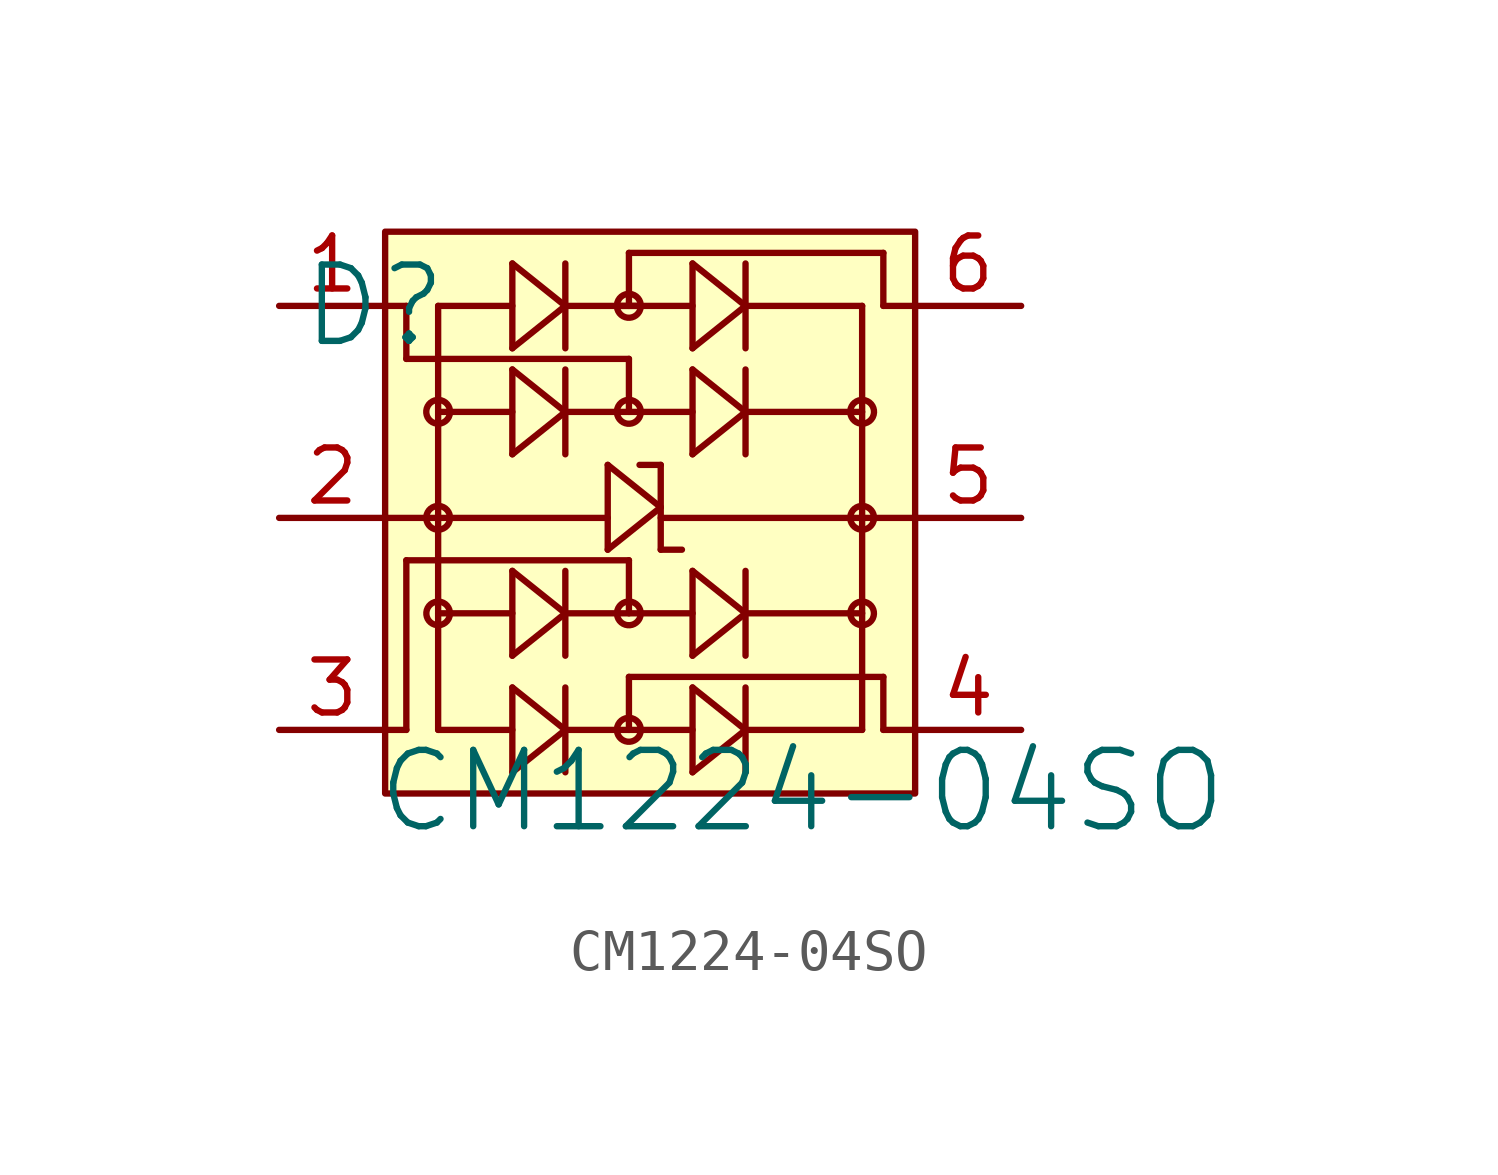
<source format=kicad_sym>
(kicad_symbol_lib
  (version 20241209)
  (generator "kicad_symbol_editor")
  (generator_version "9.0")
  (symbol "CM1224-04SO"
    (pin_names
      (hide yes))
    (property "Reference" "D"
      (at -0.254 0 0)
      (effects (font (size 1.829 1.829))))
    (property "Value" "CM1224-04SO"
      (at -0.254 -12.7 0)
      (effects (font (size 1.829 1.829)) (justify left bottom)))
    (symbol "CM1224-04SO_1_0"
      (polyline (pts (xy 0 -5.08) (xy 1.27 -5.08)) (stroke (width 0) (type solid)) (fill (type none)))
      (polyline (pts (xy 0 -10.16) (xy 0.508 -10.16)) (stroke (width 0) (type solid)) (fill (type none)))
      (polyline (pts (xy 0.508 0) (xy 0 0)) (stroke (width 0) (type solid)) (fill (type none)))
      (polyline (pts (xy 0.508 -1.27) (xy 0.508 0)) (stroke (width 0) (type solid)) (fill (type none)))
      (polyline (pts (xy 0.508 -6.096) (xy 5.842 -6.096)) (stroke (width 0) (type solid)) (fill (type none)))
      (polyline (pts (xy 0.508 -10.16) (xy 0.508 -6.096)) (stroke (width 0) (type solid)) (fill (type none)))
      (polyline (pts (xy 1.27 0) (xy 3.048 0)) (stroke (width 0) (type solid)) (fill (type none)))
      (polyline (pts (xy 1.27 -2.54) (xy 3.048 -2.54)) (stroke (width 0) (type solid)) (fill (type none)))
      (arc (start 1.5149 -2.6838) (mid 1.019 -2.4072) (end 1.5267 -2.6616) (stroke (width 0) (type solid)) (fill (type none)))
      (polyline (pts (xy 1.27 -5.08) (xy 5.334 -5.08)) (stroke (width 0) (type solid)) (fill (type none)))
      (arc (start 1.5149 -5.2238) (mid 1.019 -4.9472) (end 1.5267 -5.2016) (stroke (width 0) (type solid)) (fill (type none)))
      (polyline (pts (xy 1.27 -7.366) (xy 3.048 -7.366)) (stroke (width 0) (type solid)) (fill (type none)))
      (arc (start 1.5149 -7.5098) (mid 1.019 -7.2332) (end 1.5267 -7.4876) (stroke (width 0) (type solid)) (fill (type none)))
      (polyline (pts (xy 1.27 -10.16) (xy 1.27 0)) (stroke (width 0) (type solid)) (fill (type none)))
      (polyline (pts (xy 1.27 -10.16) (xy 3.048 -10.16)) (stroke (width 0) (type solid)) (fill (type none)))
      (polyline (pts (xy 3.048 1.016) (xy 3.048 -1.016)) (stroke (width 0) (type solid)) (fill (type none)))
      (polyline (pts (xy 3.048 1.016) (xy 4.318 0)) (stroke (width 0) (type solid)) (fill (type none)))
      (polyline (pts (xy 3.048 -1.524) (xy 3.048 -3.556)) (stroke (width 0) (type solid)) (fill (type none)))
      (polyline (pts (xy 3.048 -1.524) (xy 4.318 -2.54)) (stroke (width 0) (type solid)) (fill (type none)))
      (polyline (pts (xy 3.048 -6.35) (xy 3.048 -8.382)) (stroke (width 0) (type solid)) (fill (type none)))
      (polyline (pts (xy 3.048 -6.35) (xy 4.318 -7.366)) (stroke (width 0) (type solid)) (fill (type none)))
      (polyline (pts (xy 3.048 -9.144) (xy 3.048 -11.176)) (stroke (width 0) (type solid)) (fill (type none)))
      (polyline (pts (xy 3.048 -9.144) (xy 4.318 -10.16)) (stroke (width 0) (type solid)) (fill (type none)))
      (polyline (pts (xy 4.318 1.016) (xy 4.318 -1.016)) (stroke (width 0) (type solid)) (fill (type none)))
      (polyline (pts (xy 4.318 0) (xy 3.048 -1.016)) (stroke (width 0) (type solid)) (fill (type none)))
      (polyline (pts (xy 4.318 0) (xy 6.096 0)) (stroke (width 0) (type solid)) (fill (type none)))
      (polyline (pts (xy 4.318 -1.524) (xy 4.318 -3.556)) (stroke (width 0) (type solid)) (fill (type none)))
      (polyline (pts (xy 4.318 -2.54) (xy 3.048 -3.556)) (stroke (width 0) (type solid)) (fill (type none)))
      (polyline (pts (xy 4.318 -2.54) (xy 7.366 -2.54)) (stroke (width 0) (type solid)) (fill (type none)))
      (polyline (pts (xy 4.318 -6.35) (xy 4.318 -8.382)) (stroke (width 0) (type solid)) (fill (type none)))
      (polyline (pts (xy 4.318 -7.366) (xy 3.048 -8.382)) (stroke (width 0) (type solid)) (fill (type none)))
      (polyline (pts (xy 4.318 -7.366) (xy 7.366 -7.366)) (stroke (width 0) (type solid)) (fill (type none)))
      (polyline (pts (xy 4.318 -9.144) (xy 4.318 -11.176)) (stroke (width 0) (type solid)) (fill (type none)))
      (polyline (pts (xy 4.318 -10.16) (xy 3.048 -11.176)) (stroke (width 0) (type solid)) (fill (type none)))
      (polyline (pts (xy 4.318 -10.16) (xy 7.366 -10.16)) (stroke (width 0) (type solid)) (fill (type none)))
      (polyline (pts (xy 5.334 -3.81) (xy 5.334 -5.842)) (stroke (width 0) (type solid)) (fill (type none)))
      (polyline (pts (xy 5.334 -3.81) (xy 6.604 -4.826)) (stroke (width 0) (type solid)) (fill (type none)))
      (polyline (pts (xy 5.588 0) (xy 7.366 0)) (stroke (width 0) (type solid)) (fill (type none)))
      (arc (start 6.0869 -0.1438) (mid 5.591 0.1328) (end 6.0987 -0.1216) (stroke (width 0) (type solid)) (fill (type none)))
      (arc (start 6.0869 -2.6838) (mid 5.591 -2.4072) (end 6.0987 -2.6616) (stroke (width 0) (type solid)) (fill (type none)))
      (arc (start 6.0869 -7.5098) (mid 5.591 -7.2332) (end 6.0987 -7.4876) (stroke (width 0) (type solid)) (fill (type none)))
      (arc (start 6.0869 -10.3038) (mid 5.591 -10.0272) (end 6.0987 -10.2816) (stroke (width 0) (type solid)) (fill (type none)))
      (polyline (pts (xy 5.842 1.27) (xy 11.938 1.27)) (stroke (width 0) (type solid)) (fill (type none)))
      (polyline (pts (xy 5.842 0) (xy 5.842 1.27)) (stroke (width 0) (type solid)) (fill (type none)))
      (polyline (pts (xy 5.842 -1.27) (xy 0.508 -1.27)) (stroke (width 0) (type solid)) (fill (type none)))
      (polyline (pts (xy 5.842 -2.54) (xy 5.842 -1.27)) (stroke (width 0) (type solid)) (fill (type none)))
      (polyline (pts (xy 5.842 -7.366) (xy 5.842 -6.096)) (stroke (width 0) (type solid)) (fill (type none)))
      (polyline (pts (xy 5.842 -8.89) (xy 11.938 -8.89)) (stroke (width 0) (type solid)) (fill (type none)))
      (polyline (pts (xy 5.842 -10.16) (xy 5.842 -8.89)) (stroke (width 0) (type solid)) (fill (type none)))
      (polyline (pts (xy 6.096 -3.81) (xy 6.604 -3.81)) (stroke (width 0) (type solid)) (fill (type none)))
      (polyline (pts (xy 6.604 -3.81) (xy 6.604 -5.842)) (stroke (width 0) (type solid)) (fill (type none)))
      (polyline (pts (xy 6.604 -4.826) (xy 5.334 -5.842)) (stroke (width 0) (type solid)) (fill (type none)))
      (polyline (pts (xy 6.604 -5.08) (xy 11.43 -5.08)) (stroke (width 0) (type solid)) (fill (type none)))
      (polyline (pts (xy 6.604 -5.842) (xy 7.112 -5.842)) (stroke (width 0) (type solid)) (fill (type none)))
      (polyline (pts (xy 7.366 1.016) (xy 7.366 -1.016)) (stroke (width 0) (type solid)) (fill (type none)))
      (polyline (pts (xy 7.366 1.016) (xy 8.636 0)) (stroke (width 0) (type solid)) (fill (type none)))
      (polyline (pts (xy 7.366 -1.524) (xy 7.366 -3.556)) (stroke (width 0) (type solid)) (fill (type none)))
      (polyline (pts (xy 7.366 -1.524) (xy 8.636 -2.54)) (stroke (width 0) (type solid)) (fill (type none)))
      (polyline (pts (xy 7.366 -6.35) (xy 7.366 -8.382)) (stroke (width 0) (type solid)) (fill (type none)))
      (polyline (pts (xy 7.366 -6.35) (xy 8.636 -7.366)) (stroke (width 0) (type solid)) (fill (type none)))
      (polyline (pts (xy 7.366 -9.144) (xy 7.366 -11.176)) (stroke (width 0) (type solid)) (fill (type none)))
      (polyline (pts (xy 7.366 -9.144) (xy 8.636 -10.16)) (stroke (width 0) (type solid)) (fill (type none)))
      (polyline (pts (xy 8.636 1.016) (xy 8.636 -1.016)) (stroke (width 0) (type solid)) (fill (type none)))
      (polyline (pts (xy 8.636 0) (xy 7.366 -1.016)) (stroke (width 0) (type solid)) (fill (type none)))
      (polyline (pts (xy 8.636 0) (xy 11.43 0)) (stroke (width 0) (type solid)) (fill (type none)))
      (polyline (pts (xy 8.636 -1.524) (xy 8.636 -3.556)) (stroke (width 0) (type solid)) (fill (type none)))
      (polyline (pts (xy 8.636 -2.54) (xy 7.366 -3.556)) (stroke (width 0) (type solid)) (fill (type none)))
      (polyline (pts (xy 8.636 -2.54) (xy 11.43 -2.54)) (stroke (width 0) (type solid)) (fill (type none)))
      (polyline (pts (xy 8.636 -6.35) (xy 8.636 -8.382)) (stroke (width 0) (type solid)) (fill (type none)))
      (polyline (pts (xy 8.636 -7.366) (xy 7.366 -8.382)) (stroke (width 0) (type solid)) (fill (type none)))
      (polyline (pts (xy 8.636 -7.366) (xy 11.43 -7.366)) (stroke (width 0) (type solid)) (fill (type none)))
      (polyline (pts (xy 8.636 -9.144) (xy 8.636 -11.176)) (stroke (width 0) (type solid)) (fill (type none)))
      (polyline (pts (xy 8.636 -10.16) (xy 7.366 -11.176)) (stroke (width 0) (type solid)) (fill (type none)))
      (polyline (pts (xy 8.636 -10.16) (xy 11.43 -10.16)) (stroke (width 0) (type solid)) (fill (type none)))
      (arc (start 11.6749 -2.6838) (mid 11.179 -2.4072) (end 11.6867 -2.6616) (stroke (width 0) (type solid)) (fill (type none)))
      (polyline (pts (xy 11.43 -5.08) (xy 12.7 -5.08)) (stroke (width 0) (type solid)) (fill (type none)))
      (arc (start 11.6749 -5.2238) (mid 11.179 -4.9472) (end 11.6867 -5.2016) (stroke (width 0) (type solid)) (fill (type none)))
      (arc (start 11.6749 -7.5098) (mid 11.179 -7.2332) (end 11.6867 -7.4876) (stroke (width 0) (type solid)) (fill (type none)))
      (polyline (pts (xy 11.43 -10.16) (xy 11.43 0)) (stroke (width 0) (type solid)) (fill (type none)))
      (polyline (pts (xy 11.938 0) (xy 11.938 1.27)) (stroke (width 0) (type solid)) (fill (type none)))
      (polyline (pts (xy 11.938 0) (xy 12.7 0)) (stroke (width 0) (type solid)) (fill (type none)))
      (polyline (pts (xy 11.938 -10.16) (xy 11.938 -8.89)) (stroke (width 0) (type solid)) (fill (type none)))
      (polyline (pts (xy 11.938 -10.16) (xy 12.7 -10.16)) (stroke (width 0) (type solid)) (fill (type none)))
      (rectangle (start 12.7 1.778) (end 0 -11.684) (stroke (width 0) (type solid) (color 128 0 0 1)) (fill (type background)))
      (pin passive line (at -2.54 0 0) (length 2.54) (name "1" (effects (font (size 1.27 1.27)))) (number "1" (effects (font (size 1.27 1.27)))))
      (pin passive line (at -2.54 -5.08 0) (length 2.54) (name "2" (effects (font (size 1.27 1.27)))) (number "2" (effects (font (size 1.27 1.27)))))
      (pin passive line (at -2.54 -10.16 0) (length 2.54) (name "3" (effects (font (size 1.27 1.27)))) (number "3" (effects (font (size 1.27 1.27)))))
      (pin passive line (at 15.24 0 180) (length 2.54) (name "6" (effects (font (size 1.27 1.27)))) (number "6" (effects (font (size 1.27 1.27)))))
      (pin passive line (at 15.24 -5.08 180) (length 2.54) (name "5" (effects (font (size 1.27 1.27)))) (number "5" (effects (font (size 1.27 1.27)))))
      (pin passive line (at 15.24 -10.16 180) (length 2.54) (name "4" (effects (font (size 1.27 1.27)))) (number "4" (effects (font (size 1.27 1.27))))))))
</source>
